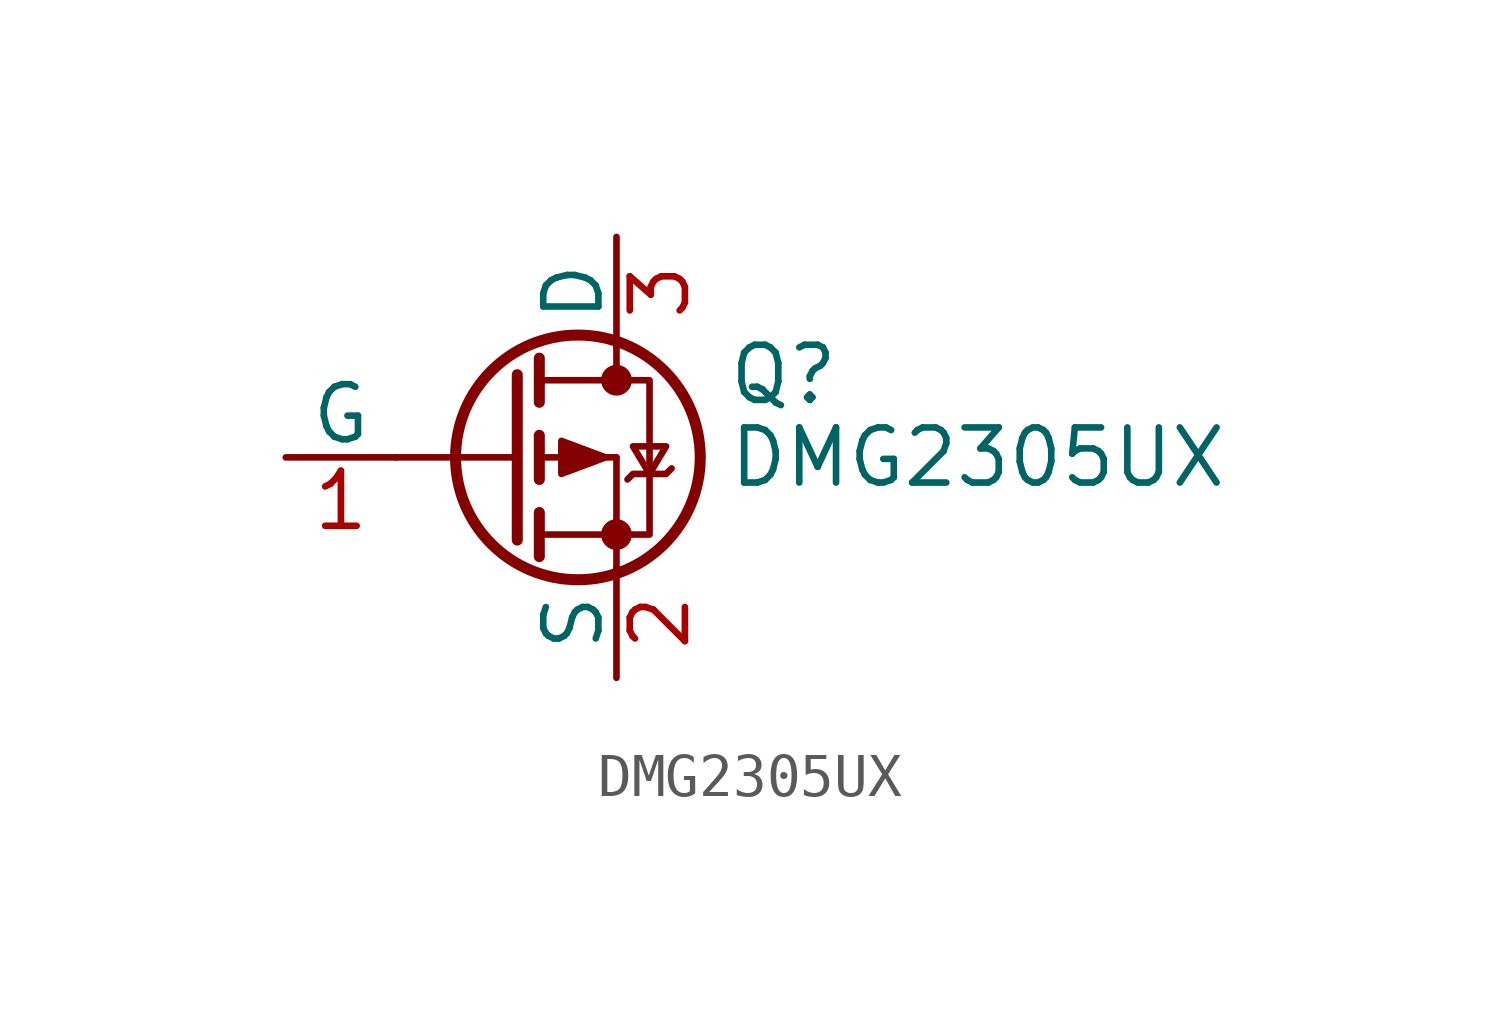
<source format=kicad_sym>
(kicad_symbol_lib
  (version 20220914)
  (generator kicad_symbol_editor)
  (symbol "DMG2305UX"
    (pin_names
      (offset 0))
    (property "Reference" "Q"
      (at 5.08 1.905 0)
      (effects (font (size 1.27 1.27)) (justify left)))
    (property "Value" "DMG2305UX"
      (at 5.08 0 0)
      (effects (font (size 1.27 1.27)) (justify left)))
    (symbol "DMG2305UX_0_1"
      (polyline (pts (xy -2.54 0) (xy 0.254 0)) (stroke (width 0) (type solid)) (fill (type none)))
      (polyline (pts (xy 0.762 -1.778) (xy 2.54 -1.778)) (stroke (width 0) (type solid)) (fill (type none)))
      (polyline (pts (xy 0.762 -1.27) (xy 0.762 -2.286)) (stroke (width 0.254) (type solid)) (fill (type none)))
      (polyline (pts (xy 0.762 0) (xy 2.54 0)) (stroke (width 0) (type solid)) (fill (type none)))
      (polyline (pts (xy 0.762 0.508) (xy 0.762 -0.508)) (stroke (width 0.254) (type solid)) (fill (type none)))
      (polyline (pts (xy 0.762 1.778) (xy 2.54 1.778)) (stroke (width 0) (type solid)) (fill (type none)))
      (polyline (pts (xy 0.762 2.286) (xy 0.762 1.27)) (stroke (width 0.254) (type solid)) (fill (type none)))
      (polyline (pts (xy 2.54 -1.778) (xy 2.54 -2.54)) (stroke (width 0) (type solid)) (fill (type none)))
      (polyline (pts (xy 2.54 -1.778) (xy 2.54 0)) (stroke (width 0) (type solid)) (fill (type none)))
      (polyline (pts (xy 2.54 2.54) (xy 2.54 1.778)) (stroke (width 0) (type solid)) (fill (type none)))
      (polyline (pts (xy 0.254 1.905) (xy 0.254 -1.905) (xy 0.254 -1.905)) (stroke (width 0.254) (type solid)) (fill (type none)))
      (polyline (pts (xy 2.286 0) (xy 1.27 -0.381) (xy 1.27 0.381) (xy 2.286 0)) (stroke (width 0) (type solid)) (fill (type outline)))
      (polyline (pts (xy 2.54 -1.778) (xy 3.302 -1.778) (xy 3.302 1.778) (xy 2.54 1.778)) (stroke (width 0) (type solid)) (fill (type none)))
      (polyline (pts (xy 2.794 -0.508) (xy 2.921 -0.381) (xy 3.683 -0.381) (xy 3.81 -0.254)) (stroke (width 0) (type solid)) (fill (type none)))
      (polyline (pts (xy 3.302 -0.381) (xy 2.921 0.254) (xy 3.683 0.254) (xy 3.302 -0.381)) (stroke (width 0) (type solid)) (fill (type none)))
      (circle (center 1.651 0) (radius 2.819) (stroke (width 0.254) (type solid)) (fill (type none)))
      (circle (center 2.54 -1.778) (radius 0.279) (stroke (width 0) (type solid)) (fill (type outline)))
      (circle (center 2.54 1.778) (radius 0.279) (stroke (width 0) (type solid)) (fill (type outline))))
    (symbol "DMG2305UX_1_1"
      (pin input line (at -5.08 0 0) (length 2.54) (name "G" (effects (font (size 1.27 1.27)))) (number "1" (effects (font (size 1.27 1.27)))))
      (pin passive line (at 2.54 -5.08 90) (length 2.54) (name "S" (effects (font (size 1.27 1.27)))) (number "2" (effects (font (size 1.27 1.27)))))
      (pin passive line (at 2.54 5.08 270) (length 2.54) (name "D" (effects (font (size 1.27 1.27)))) (number "3" (effects (font (size 1.27 1.27))))))))
</source>
